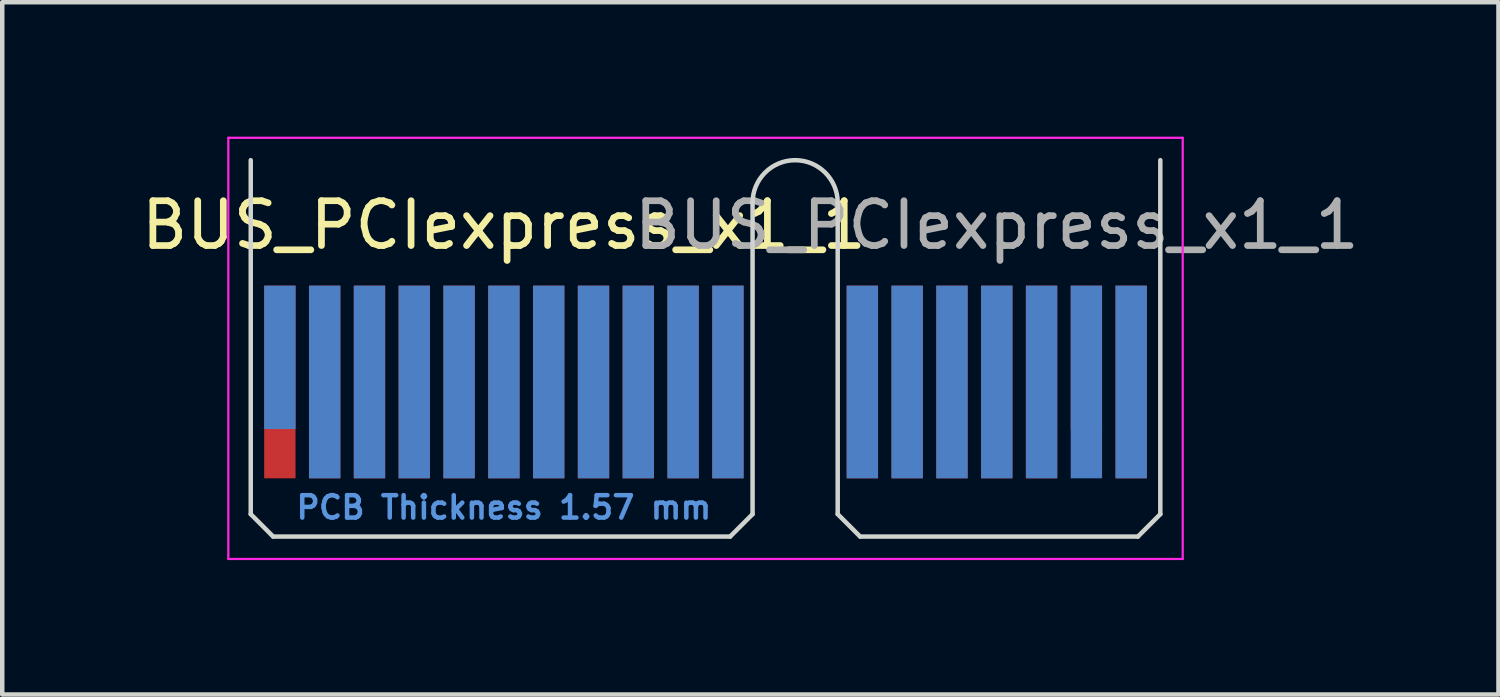
<source format=kicad_pcb>
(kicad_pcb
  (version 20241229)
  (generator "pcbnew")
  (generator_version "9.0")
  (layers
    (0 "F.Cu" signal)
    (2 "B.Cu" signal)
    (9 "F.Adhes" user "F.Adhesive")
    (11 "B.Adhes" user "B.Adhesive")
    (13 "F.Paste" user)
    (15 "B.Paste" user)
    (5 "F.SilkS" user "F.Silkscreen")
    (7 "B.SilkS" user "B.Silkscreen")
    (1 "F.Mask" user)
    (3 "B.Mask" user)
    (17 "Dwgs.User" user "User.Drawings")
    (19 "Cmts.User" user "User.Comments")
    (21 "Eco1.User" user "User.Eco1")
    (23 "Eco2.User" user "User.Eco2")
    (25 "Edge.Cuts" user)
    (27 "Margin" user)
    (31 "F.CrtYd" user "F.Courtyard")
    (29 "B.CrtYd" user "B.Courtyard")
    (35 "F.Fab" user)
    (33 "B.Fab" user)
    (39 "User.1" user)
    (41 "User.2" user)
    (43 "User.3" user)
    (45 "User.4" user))
  (footprint "BUS_PCIexpress_x1_1"
    (layer "F.Cu")
    (at 3.196 5.475)
    (property "Reference" "BUS_PCIexpress_x1_1" (at 5 -3.5 0) (layer "F.SilkS") (effects (font (size 1 1) (thickness 0.15))))
    (attr exclude_from_pos_files exclude_from_bom)
    (fp_line (start -0.65 -4.95) (end -0.65 2.95) (stroke (width 0.1) (type solid)) (layer "Edge.Cuts"))
    (fp_line (start -0.65 2.95) (end -0.15 3.45) (stroke (width 0.1) (type solid)) (layer "Edge.Cuts"))
    (fp_line (start -0.15 3.45) (end 10.05 3.45) (stroke (width 0.1) (type solid)) (layer "Edge.Cuts"))
    (fp_line (start 10.55 -4) (end 10.55 2.95) (stroke (width 0.1) (type solid)) (layer "Edge.Cuts"))
    (fp_line (start 10.55 2.95) (end 10.05 3.45) (stroke (width 0.1) (type solid)) (layer "Edge.Cuts"))
    (fp_line (start 12.45 -4) (end 12.45 2.95) (stroke (width 0.1) (type solid)) (layer "Edge.Cuts"))
    (fp_line (start 12.45 2.95) (end 12.95 3.45) (stroke (width 0.1) (type solid)) (layer "Edge.Cuts"))
    (fp_line (start 12.95 3.45) (end 19.15 3.45) (stroke (width 0.1) (type solid)) (layer "Edge.Cuts"))
    (fp_line (start 19.65 -4.95) (end 19.65 2.95) (stroke (width 0.1) (type solid)) (layer "Edge.Cuts"))
    (fp_line (start 19.65 2.95) (end 19.15 3.45) (stroke (width 0.1) (type solid)) (layer "Edge.Cuts"))
    (fp_arc (start 10.55 -4) (mid 11.5 -4.95) (end 12.45 -4) (stroke (width 0.1) (type solid)) (layer "Edge.Cuts"))
    (fp_line (start -1.15 -5.45) (end -1.15 3.95) (stroke (width 0.05) (type solid)) (layer "F.CrtYd"))
    (fp_line (start -1.15 -5.45) (end 20.15 -5.45) (stroke (width 0.05) (type solid)) (layer "F.CrtYd"))
    (fp_line (start 20.15 3.95) (end -1.15 3.95) (stroke (width 0.05) (type solid)) (layer "F.CrtYd"))
    (fp_line (start 20.15 3.95) (end 20.15 -5.45) (stroke (width 0.05) (type solid)) (layer "F.CrtYd"))
    (fp_text user "PCB Thickness 1.57 mm" (at 5 2.8 180) (layer "Cmts.User") (effects (font (size 0.5 0.5) (thickness 0.1))))
    (fp_text user "${REFERENCE}" (at 16 -3.5 0) (layer "F.Fab") (effects (font (size 1 1) (thickness 0.15))))
    (pad "A1" connect rect (at 0 -0.55) (size 0.7 3.2) (layers "B.Cu" "B.Mask"))
    (pad "A2" connect rect (at 1 0) (size 0.7 4.3) (layers "B.Cu" "B.Mask"))
    (pad "A3" connect rect (at 2 0) (size 0.7 4.3) (layers "B.Cu" "B.Mask"))
    (pad "A4" connect rect (at 3 0) (size 0.7 4.3) (layers "B.Cu" "B.Mask"))
    (pad "A5" connect rect (at 4 0) (size 0.7 4.3) (layers "B.Cu" "B.Mask"))
    (pad "A6" connect rect (at 5 0) (size 0.7 4.3) (layers "B.Cu" "B.Mask"))
    (pad "A7" connect rect (at 6 0) (size 0.7 4.3) (layers "B.Cu" "B.Mask"))
    (pad "A8" connect rect (at 7 0) (size 0.7 4.3) (layers "B.Cu" "B.Mask"))
    (pad "A9" connect rect (at 8 0) (size 0.7 4.3) (layers "B.Cu" "B.Mask"))
    (pad "A10" connect rect (at 9 0) (size 0.7 4.3) (layers "B.Cu" "B.Mask"))
    (pad "A11" connect rect (at 10 0) (size 0.7 4.3) (layers "B.Cu" "B.Mask"))
    (pad "A12" connect rect (at 13 0) (size 0.7 4.3) (layers "B.Cu" "B.Mask"))
    (pad "A13" connect rect (at 14 0) (size 0.7 4.3) (layers "B.Cu" "B.Mask"))
    (pad "A14" connect rect (at 15 0) (size 0.7 4.3) (layers "B.Cu" "B.Mask"))
    (pad "A15" connect rect (at 16 0) (size 0.7 4.3) (layers "B.Cu" "B.Mask"))
    (pad "A16" connect rect (at 17 0) (size 0.7 4.3) (layers "B.Cu" "B.Mask"))
    (pad "A17" connect rect (at 18 0) (size 0.7 4.3) (layers "B.Cu" "B.Mask"))
    (pad "A18" connect rect (at 19 0) (size 0.7 4.3) (layers "B.Cu" "B.Mask"))
    (pad "B1" connect rect (at 0 0) (size 0.7 4.3) (layers "F.Cu" "F.Mask"))
    (pad "B2" connect rect (at 1 0) (size 0.7 4.3) (layers "F.Cu" "F.Mask"))
    (pad "B3" connect rect (at 2 0) (size 0.7 4.3) (layers "F.Cu" "F.Mask"))
    (pad "B4" connect rect (at 3 0) (size 0.7 4.3) (layers "F.Cu" "F.Mask"))
    (pad "B5" connect rect (at 4 0) (size 0.7 4.3) (layers "F.Cu" "F.Mask"))
    (pad "B6" connect rect (at 5 0) (size 0.7 4.3) (layers "F.Cu" "F.Mask"))
    (pad "B7" connect rect (at 6 0) (size 0.7 4.3) (layers "F.Cu" "F.Mask"))
    (pad "B8" connect rect (at 7 0) (size 0.7 4.3) (layers "F.Cu" "F.Mask"))
    (pad "B9" connect rect (at 8 0) (size 0.7 4.3) (layers "F.Cu" "F.Mask"))
    (pad "B10" connect rect (at 9 0) (size 0.7 4.3) (layers "F.Cu" "F.Mask"))
    (pad "B11" connect rect (at 10 0) (size 0.7 4.3) (layers "F.Cu" "F.Mask"))
    (pad "B12" connect rect (at 13 0) (size 0.7 4.3) (layers "F.Cu" "F.Mask"))
    (pad "B13" connect rect (at 14 0) (size 0.7 4.3) (layers "F.Cu" "F.Mask"))
    (pad "B14" connect rect (at 15 0) (size 0.7 4.3) (layers "F.Cu" "F.Mask"))
    (pad "B15" connect rect (at 16 0) (size 0.7 4.3) (layers "F.Cu" "F.Mask"))
    (pad "B16" connect rect (at 17 0) (size 0.7 4.3) (layers "F.Cu" "F.Mask"))
    (pad "B17" connect rect (at 18 -0.55) (size 0.7 3.2) (layers "F.Cu" "F.Mask"))
    (pad "B18" connect rect (at 19 0) (size 0.7 4.3) (layers "F.Cu" "F.Mask")))
  (gr_rect
    (start -3 -3)
    (end 30.393 12.45)
    (stroke (width 0.1) (type default))
    (fill no)
    (layer "Edge.Cuts")))
</source>
